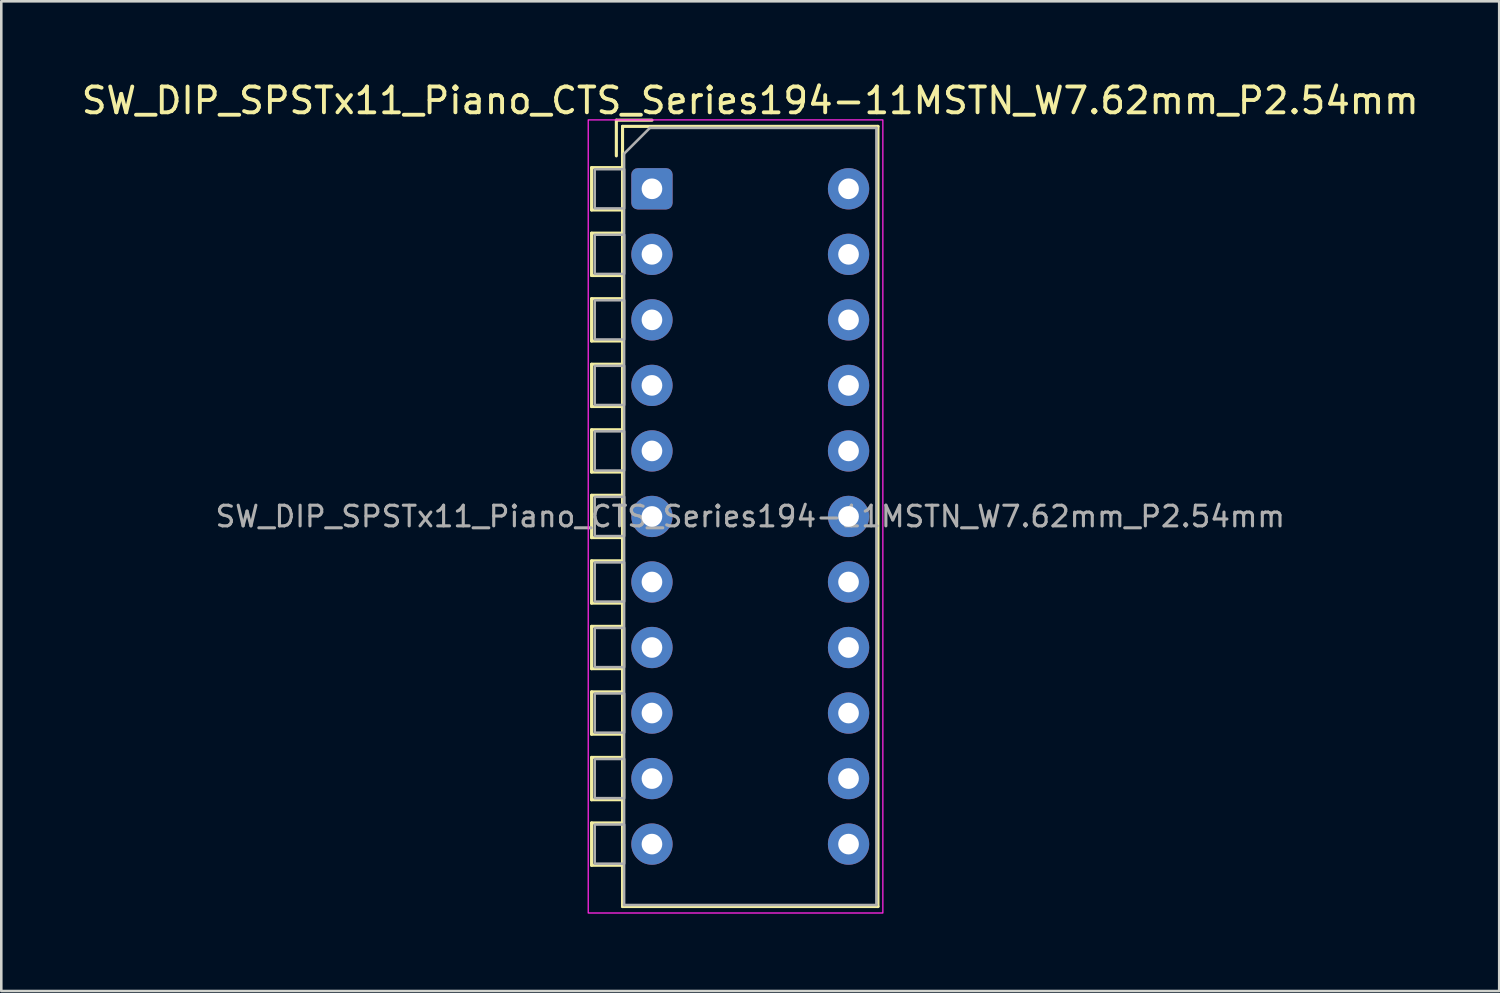
<source format=kicad_pcb>
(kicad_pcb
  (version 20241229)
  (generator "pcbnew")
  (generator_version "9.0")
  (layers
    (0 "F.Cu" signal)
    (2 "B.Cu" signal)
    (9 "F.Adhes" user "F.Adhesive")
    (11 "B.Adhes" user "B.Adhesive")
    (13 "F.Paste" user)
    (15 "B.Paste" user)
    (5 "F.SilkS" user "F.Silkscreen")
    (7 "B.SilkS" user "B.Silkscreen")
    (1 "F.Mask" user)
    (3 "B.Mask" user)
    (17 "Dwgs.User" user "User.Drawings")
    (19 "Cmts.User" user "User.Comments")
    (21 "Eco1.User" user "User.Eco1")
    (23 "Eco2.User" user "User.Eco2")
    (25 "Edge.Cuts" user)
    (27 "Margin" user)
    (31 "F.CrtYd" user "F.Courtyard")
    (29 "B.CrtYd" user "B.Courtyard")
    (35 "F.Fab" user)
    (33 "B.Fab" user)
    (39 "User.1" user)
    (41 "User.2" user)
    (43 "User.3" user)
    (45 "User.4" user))
  (footprint "SW_DIP_SPSTx11_Piano_CTS_Series194-11MSTN_W7.62mm_P2.54mm"
    (layer "F.Cu")
    (at 22.22 4.268)
    (property "Reference" "SW_DIP_SPSTx11_Piano_CTS_Series194-11MSTN_W7.62mm_P2.54mm" (at 3.81 -3.42 0) (layer "F.SilkS") (effects (font (size 1 1) (thickness 0.15))))
    (attr through_hole)
    (fp_line (start -2.34 -0.82) (end -1.14 -0.82) (stroke (width 0.12) (type solid)) (layer "F.SilkS"))
    (fp_line (start -2.34 0.82) (end -2.34 -0.82) (stroke (width 0.12) (type solid)) (layer "F.SilkS"))
    (fp_line (start -2.34 1.72) (end -1.14 1.72) (stroke (width 0.12) (type solid)) (layer "F.SilkS"))
    (fp_line (start -2.34 3.36) (end -2.34 1.72) (stroke (width 0.12) (type solid)) (layer "F.SilkS"))
    (fp_line (start -2.34 4.26) (end -1.14 4.26) (stroke (width 0.12) (type solid)) (layer "F.SilkS"))
    (fp_line (start -2.34 5.9) (end -2.34 4.26) (stroke (width 0.12) (type solid)) (layer "F.SilkS"))
    (fp_line (start -2.34 6.8) (end -1.14 6.8) (stroke (width 0.12) (type solid)) (layer "F.SilkS"))
    (fp_line (start -2.34 8.44) (end -2.34 6.8) (stroke (width 0.12) (type solid)) (layer "F.SilkS"))
    (fp_line (start -2.34 9.34) (end -1.14 9.34) (stroke (width 0.12) (type solid)) (layer "F.SilkS"))
    (fp_line (start -2.34 10.98) (end -2.34 9.34) (stroke (width 0.12) (type solid)) (layer "F.SilkS"))
    (fp_line (start -2.34 11.88) (end -1.14 11.88) (stroke (width 0.12) (type solid)) (layer "F.SilkS"))
    (fp_line (start -2.34 13.52) (end -2.34 11.88) (stroke (width 0.12) (type solid)) (layer "F.SilkS"))
    (fp_line (start -2.34 14.42) (end -1.14 14.42) (stroke (width 0.12) (type solid)) (layer "F.SilkS"))
    (fp_line (start -2.34 16.06) (end -2.34 14.42) (stroke (width 0.12) (type solid)) (layer "F.SilkS"))
    (fp_line (start -2.34 16.96) (end -1.14 16.96) (stroke (width 0.12) (type solid)) (layer "F.SilkS"))
    (fp_line (start -2.34 18.6) (end -2.34 16.96) (stroke (width 0.12) (type solid)) (layer "F.SilkS"))
    (fp_line (start -2.34 19.5) (end -1.14 19.5) (stroke (width 0.12) (type solid)) (layer "F.SilkS"))
    (fp_line (start -2.34 21.14) (end -2.34 19.5) (stroke (width 0.12) (type solid)) (layer "F.SilkS"))
    (fp_line (start -2.34 22.04) (end -1.14 22.04) (stroke (width 0.12) (type solid)) (layer "F.SilkS"))
    (fp_line (start -2.34 23.68) (end -2.34 22.04) (stroke (width 0.12) (type solid)) (layer "F.SilkS"))
    (fp_line (start -2.34 24.58) (end -1.14 24.58) (stroke (width 0.12) (type solid)) (layer "F.SilkS"))
    (fp_line (start -2.34 26.22) (end -2.34 24.58) (stroke (width 0.12) (type solid)) (layer "F.SilkS"))
    (fp_line (start -1.38 -2.66) (end -1.38 -1.277) (stroke (width 0.12) (type solid)) (layer "F.SilkS"))
    (fp_line (start -1.38 -2.66) (end 0.003 -2.66) (stroke (width 0.12) (type solid)) (layer "F.SilkS"))
    (fp_line (start -1.14 -2.42) (end -1.14 27.82) (stroke (width 0.12) (type solid)) (layer "F.SilkS"))
    (fp_line (start -1.14 -2.42) (end 8.76 -2.42) (stroke (width 0.12) (type solid)) (layer "F.SilkS"))
    (fp_line (start -1.14 -0.82) (end -1.14 0.82) (stroke (width 0.12) (type solid)) (layer "F.SilkS"))
    (fp_line (start -1.14 0.82) (end -2.34 0.82) (stroke (width 0.12) (type solid)) (layer "F.SilkS"))
    (fp_line (start -1.14 1.72) (end -1.14 3.36) (stroke (width 0.12) (type solid)) (layer "F.SilkS"))
    (fp_line (start -1.14 3.36) (end -2.34 3.36) (stroke (width 0.12) (type solid)) (layer "F.SilkS"))
    (fp_line (start -1.14 4.26) (end -1.14 5.9) (stroke (width 0.12) (type solid)) (layer "F.SilkS"))
    (fp_line (start -1.14 5.9) (end -2.34 5.9) (stroke (width 0.12) (type solid)) (layer "F.SilkS"))
    (fp_line (start -1.14 6.8) (end -1.14 8.44) (stroke (width 0.12) (type solid)) (layer "F.SilkS"))
    (fp_line (start -1.14 8.44) (end -2.34 8.44) (stroke (width 0.12) (type solid)) (layer "F.SilkS"))
    (fp_line (start -1.14 9.34) (end -1.14 10.98) (stroke (width 0.12) (type solid)) (layer "F.SilkS"))
    (fp_line (start -1.14 10.98) (end -2.34 10.98) (stroke (width 0.12) (type solid)) (layer "F.SilkS"))
    (fp_line (start -1.14 11.88) (end -1.14 13.52) (stroke (width 0.12) (type solid)) (layer "F.SilkS"))
    (fp_line (start -1.14 13.52) (end -2.34 13.52) (stroke (width 0.12) (type solid)) (layer "F.SilkS"))
    (fp_line (start -1.14 14.42) (end -1.14 16.06) (stroke (width 0.12) (type solid)) (layer "F.SilkS"))
    (fp_line (start -1.14 16.06) (end -2.34 16.06) (stroke (width 0.12) (type solid)) (layer "F.SilkS"))
    (fp_line (start -1.14 16.96) (end -1.14 18.6) (stroke (width 0.12) (type solid)) (layer "F.SilkS"))
    (fp_line (start -1.14 18.6) (end -2.34 18.6) (stroke (width 0.12) (type solid)) (layer "F.SilkS"))
    (fp_line (start -1.14 19.5) (end -1.14 21.14) (stroke (width 0.12) (type solid)) (layer "F.SilkS"))
    (fp_line (start -1.14 21.14) (end -2.34 21.14) (stroke (width 0.12) (type solid)) (layer "F.SilkS"))
    (fp_line (start -1.14 22.04) (end -1.14 23.68) (stroke (width 0.12) (type solid)) (layer "F.SilkS"))
    (fp_line (start -1.14 23.68) (end -2.34 23.68) (stroke (width 0.12) (type solid)) (layer "F.SilkS"))
    (fp_line (start -1.14 24.58) (end -1.14 26.22) (stroke (width 0.12) (type solid)) (layer "F.SilkS"))
    (fp_line (start -1.14 26.22) (end -2.34 26.22) (stroke (width 0.12) (type solid)) (layer "F.SilkS"))
    (fp_line (start -1.14 27.82) (end 8.76 27.82) (stroke (width 0.12) (type solid)) (layer "F.SilkS"))
    (fp_line (start 8.76 -2.42) (end 8.76 27.82) (stroke (width 0.12) (type solid)) (layer "F.SilkS"))
    (fp_rect (start -2.47 -2.67) (end 8.95 28.07) (stroke (width 0.05) (type solid)) (fill no) (layer "F.CrtYd"))
    (fp_line (start -1.08 -1.36) (end -0.08 -2.36) (stroke (width 0.1) (type solid)) (layer "F.Fab"))
    (fp_line (start -1.08 27.76) (end -1.08 -1.36) (stroke (width 0.1) (type solid)) (layer "F.Fab"))
    (fp_line (start -0.08 -2.36) (end 8.7 -2.36) (stroke (width 0.1) (type solid)) (layer "F.Fab"))
    (fp_line (start 8.7 -2.36) (end 8.7 27.76) (stroke (width 0.1) (type solid)) (layer "F.Fab"))
    (fp_line (start 8.7 27.76) (end -1.08 27.76) (stroke (width 0.1) (type solid)) (layer "F.Fab"))
    (fp_rect (start -2.22 -0.76) (end -1.08 0.76) (stroke (width 0.1) (type solid)) (fill no) (layer "F.Fab"))
    (fp_rect (start -2.22 1.78) (end -1.08 3.3) (stroke (width 0.1) (type solid)) (fill no) (layer "F.Fab"))
    (fp_rect (start -2.22 4.32) (end -1.08 5.84) (stroke (width 0.1) (type solid)) (fill no) (layer "F.Fab"))
    (fp_rect (start -2.22 6.86) (end -1.08 8.38) (stroke (width 0.1) (type solid)) (fill no) (layer "F.Fab"))
    (fp_rect (start -2.22 9.4) (end -1.08 10.92) (stroke (width 0.1) (type solid)) (fill no) (layer "F.Fab"))
    (fp_rect (start -2.22 11.94) (end -1.08 13.46) (stroke (width 0.1) (type solid)) (fill no) (layer "F.Fab"))
    (fp_rect (start -2.22 14.48) (end -1.08 16) (stroke (width 0.1) (type solid)) (fill no) (layer "F.Fab"))
    (fp_rect (start -2.22 17.02) (end -1.08 18.54) (stroke (width 0.1) (type solid)) (fill no) (layer "F.Fab"))
    (fp_rect (start -2.22 19.56) (end -1.08 21.08) (stroke (width 0.1) (type solid)) (fill no) (layer "F.Fab"))
    (fp_rect (start -2.22 22.1) (end -1.08 23.62) (stroke (width 0.1) (type solid)) (fill no) (layer "F.Fab"))
    (fp_rect (start -2.22 24.64) (end -1.08 26.16) (stroke (width 0.1) (type solid)) (fill no) (layer "F.Fab"))
    (fp_text user "${REFERENCE}" (at 3.81 12.7 0) (layer "F.Fab") (effects (font (size 0.8 0.8) (thickness 0.12))))
    (pad "1" thru_hole roundrect (at 0 0) (size 1.6 1.6) (drill 0.8) (layers "*.Cu" "*.Mask") (roundrect_rratio 0.156))
    (pad "2" thru_hole circle (at 0 2.54) (size 1.6 1.6) (drill 0.8) (layers "*.Cu" "*.Mask"))
    (pad "3" thru_hole circle (at 0 5.08) (size 1.6 1.6) (drill 0.8) (layers "*.Cu" "*.Mask"))
    (pad "4" thru_hole circle (at 0 7.62) (size 1.6 1.6) (drill 0.8) (layers "*.Cu" "*.Mask"))
    (pad "5" thru_hole circle (at 0 10.16) (size 1.6 1.6) (drill 0.8) (layers "*.Cu" "*.Mask"))
    (pad "6" thru_hole circle (at 0 12.7) (size 1.6 1.6) (drill 0.8) (layers "*.Cu" "*.Mask"))
    (pad "7" thru_hole circle (at 0 15.24) (size 1.6 1.6) (drill 0.8) (layers "*.Cu" "*.Mask"))
    (pad "8" thru_hole circle (at 0 17.78) (size 1.6 1.6) (drill 0.8) (layers "*.Cu" "*.Mask"))
    (pad "9" thru_hole circle (at 0 20.32) (size 1.6 1.6) (drill 0.8) (layers "*.Cu" "*.Mask"))
    (pad "10" thru_hole circle (at 0 22.86) (size 1.6 1.6) (drill 0.8) (layers "*.Cu" "*.Mask"))
    (pad "11" thru_hole circle (at 0 25.4) (size 1.6 1.6) (drill 0.8) (layers "*.Cu" "*.Mask"))
    (pad "12" thru_hole circle (at 7.62 25.4) (size 1.6 1.6) (drill 0.8) (layers "*.Cu" "*.Mask"))
    (pad "13" thru_hole circle (at 7.62 22.86) (size 1.6 1.6) (drill 0.8) (layers "*.Cu" "*.Mask"))
    (pad "14" thru_hole circle (at 7.62 20.32) (size 1.6 1.6) (drill 0.8) (layers "*.Cu" "*.Mask"))
    (pad "15" thru_hole circle (at 7.62 17.78) (size 1.6 1.6) (drill 0.8) (layers "*.Cu" "*.Mask"))
    (pad "16" thru_hole circle (at 7.62 15.24) (size 1.6 1.6) (drill 0.8) (layers "*.Cu" "*.Mask"))
    (pad "17" thru_hole circle (at 7.62 12.7) (size 1.6 1.6) (drill 0.8) (layers "*.Cu" "*.Mask"))
    (pad "18" thru_hole circle (at 7.62 10.16) (size 1.6 1.6) (drill 0.8) (layers "*.Cu" "*.Mask"))
    (pad "19" thru_hole circle (at 7.62 7.62) (size 1.6 1.6) (drill 0.8) (layers "*.Cu" "*.Mask"))
    (pad "20" thru_hole circle (at 7.62 5.08) (size 1.6 1.6) (drill 0.8) (layers "*.Cu" "*.Mask"))
    (pad "21" thru_hole circle (at 7.62 2.54) (size 1.6 1.6) (drill 0.8) (layers "*.Cu" "*.Mask"))
    (pad "22" thru_hole circle (at 7.62 0) (size 1.6 1.6) (drill 0.8) (layers "*.Cu" "*.Mask")))
  (gr_rect
    (start -3 -3)
    (end 55.06 35.363)
    (stroke (width 0.1) (type default))
    (fill no)
    (layer "Edge.Cuts")))
</source>
